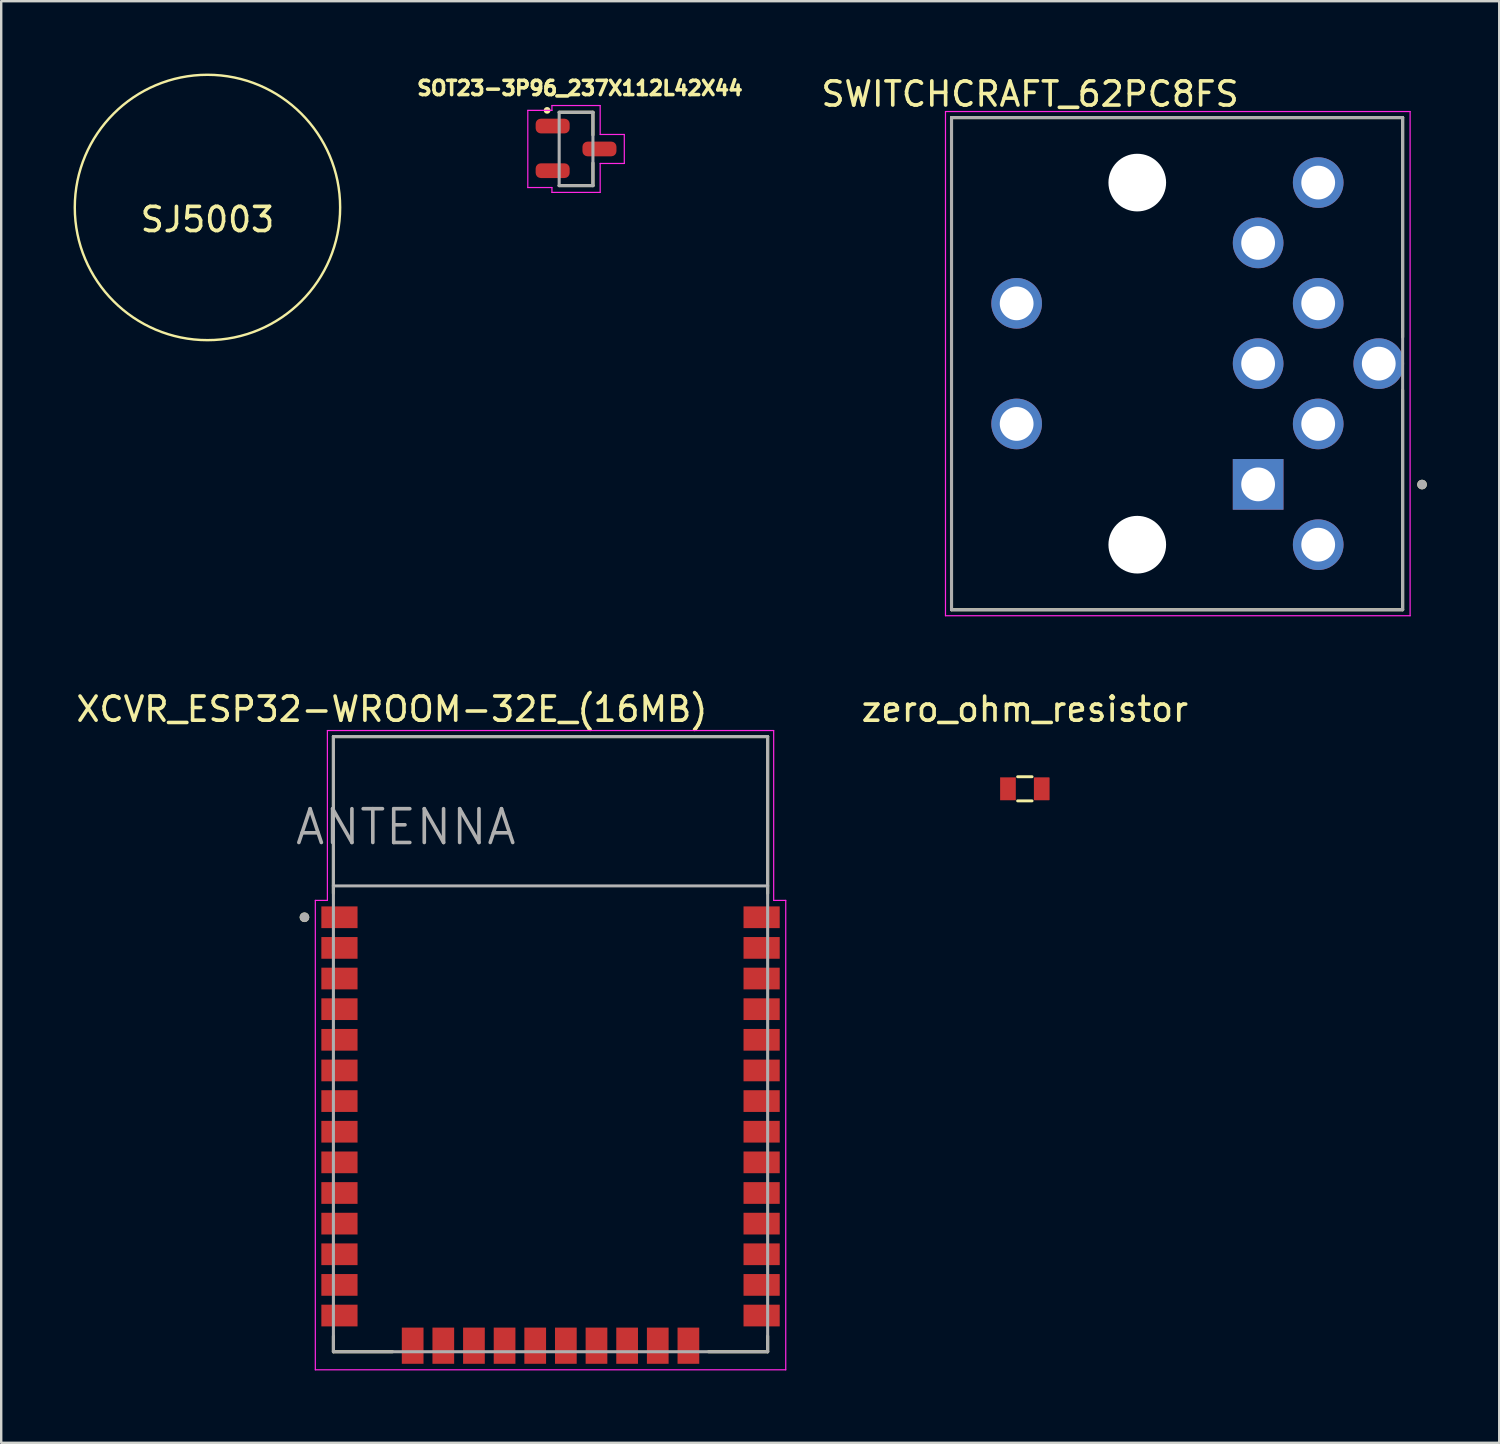
<source format=kicad_pcb>
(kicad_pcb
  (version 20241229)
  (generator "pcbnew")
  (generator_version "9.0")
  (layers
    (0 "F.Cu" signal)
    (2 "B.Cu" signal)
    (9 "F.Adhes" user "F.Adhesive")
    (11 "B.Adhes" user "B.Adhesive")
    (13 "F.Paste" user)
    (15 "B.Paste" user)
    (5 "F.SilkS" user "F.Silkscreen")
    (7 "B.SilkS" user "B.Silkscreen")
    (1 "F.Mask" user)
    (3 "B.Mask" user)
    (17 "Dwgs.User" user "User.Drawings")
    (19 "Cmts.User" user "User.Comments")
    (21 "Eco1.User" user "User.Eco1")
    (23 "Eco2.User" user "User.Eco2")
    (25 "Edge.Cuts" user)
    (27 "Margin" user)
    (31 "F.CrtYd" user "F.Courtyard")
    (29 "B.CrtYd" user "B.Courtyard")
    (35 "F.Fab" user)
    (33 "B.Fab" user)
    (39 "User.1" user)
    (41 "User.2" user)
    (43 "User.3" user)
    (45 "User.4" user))
  (footprint "SJ5003"
    (layer "F.Cu")
    (at 5.55 5.55)
    (property "Reference" "SJ5003" (at 0 0.5 0) (layer "F.SilkS") (effects (font (size 1 1) (thickness 0.15))))
    (attr through_hole)
    (fp_circle (center 0 0) (end 5.5 0) (stroke (width 0.1) (type solid)) (fill no) (layer "F.SilkS")))
  (footprint "SOT23-3P96_237X112L42X44"
    (layer "F.Cu")
    (at 20.829 3.125)
    (property "Reference" "SOT23-3P96_237X112L42X44" (at 0.161 -2.52 0) (layer "F.SilkS") (effects (font (size 0.591 0.591) (thickness 0.15))))
    (attr through_hole)
    (fp_line (start -0.7 -1.52) (end 0.7 -1.52) (stroke (width 0.127) (type solid)) (layer "F.SilkS"))
    (fp_line (start 0.7 -1.52) (end 0.7 -0.58) (stroke (width 0.127) (type solid)) (layer "F.SilkS"))
    (fp_line (start 0.7 0.58) (end 0.7 1.52) (stroke (width 0.127) (type solid)) (layer "F.SilkS"))
    (fp_line (start 0.7 1.52) (end -0.7 1.52) (stroke (width 0.127) (type solid)) (layer "F.SilkS"))
    (fp_circle (center -1.2 -1.6) (end -1.13 -1.6) (stroke (width 0.14) (type solid)) (fill no) (layer "F.SilkS"))
    (fp_line (start -2 -1.6) (end -2 1.6) (stroke (width 0.05) (type solid)) (layer "F.CrtYd"))
    (fp_line (start -2 1.6) (end -1 1.6) (stroke (width 0.05) (type solid)) (layer "F.CrtYd"))
    (fp_line (start -1 -1.8) (end -1 -1.6) (stroke (width 0.05) (type solid)) (layer "F.CrtYd"))
    (fp_line (start -1 -1.6) (end -2 -1.6) (stroke (width 0.05) (type solid)) (layer "F.CrtYd"))
    (fp_line (start -1 1.6) (end -1 1.8) (stroke (width 0.05) (type solid)) (layer "F.CrtYd"))
    (fp_line (start -1 1.8) (end 1 1.8) (stroke (width 0.05) (type solid)) (layer "F.CrtYd"))
    (fp_line (start 1 -1.8) (end -1 -1.8) (stroke (width 0.05) (type solid)) (layer "F.CrtYd"))
    (fp_line (start 1 -0.6) (end 1 -1.8) (stroke (width 0.05) (type solid)) (layer "F.CrtYd"))
    (fp_line (start 1 0.6) (end 2 0.6) (stroke (width 0.05) (type solid)) (layer "F.CrtYd"))
    (fp_line (start 1 1.8) (end 1 0.6) (stroke (width 0.05) (type solid)) (layer "F.CrtYd"))
    (fp_line (start 2 -0.6) (end 1 -0.6) (stroke (width 0.05) (type solid)) (layer "F.CrtYd"))
    (fp_line (start 2 0.6) (end 2 -0.6) (stroke (width 0.05) (type solid)) (layer "F.CrtYd"))
    (fp_line (start -0.7 -1.52) (end 0.7 -1.52) (stroke (width 0.127) (type solid)) (layer "F.Fab"))
    (fp_line (start -0.7 1.52) (end -0.7 -1.52) (stroke (width 0.127) (type solid)) (layer "F.Fab"))
    (fp_line (start 0.7 -1.52) (end 0.7 1.52) (stroke (width 0.127) (type solid)) (layer "F.Fab"))
    (fp_line (start 0.7 1.52) (end -0.7 1.52) (stroke (width 0.127) (type solid)) (layer "F.Fab"))
    (pad "1" smd roundrect (at -0.97 -0.95 270) (size 0.61 1.41) (layers "F.Cu" "F.Mask" "F.Paste") (roundrect_rratio 0.35))
    (pad "2" smd roundrect (at -0.97 0.9 270) (size 0.61 1.41) (layers "F.Cu" "F.Mask" "F.Paste") (roundrect_rratio 0.35))
    (pad "3" smd roundrect (at 0.97 0 270) (size 0.61 1.41) (layers "F.Cu" "F.Mask" "F.Paste") (roundrect_rratio 0.35)))
  (footprint "SWITCHCRAFT_62PC8FS"
    (layer "F.Cu")
    (at 44.093 12.024)
    (property "Reference" "SWITCHCRAFT_62PC8FS" (at -4.445 -11.176 0) (layer "F.SilkS") (effects (font (size 1 1) (thickness 0.15))))
    (attr through_hole)
    (fp_circle (center 0 -7.505) (end 0.725 -7.505) (stroke (width 1.449) (type solid)) (fill no) (layer "F.Mask"))
    (fp_circle (center 0 7.505) (end 0.725 7.505) (stroke (width 1.449) (type solid)) (fill no) (layer "F.Mask"))
    (fp_circle (center 0 -7.505) (end 0.725 -7.505) (stroke (width 1.449) (type solid)) (fill no) (layer "B.Mask"))
    (fp_circle (center 0 7.505) (end 0.725 7.505) (stroke (width 1.449) (type solid)) (fill no) (layer "B.Mask"))
    (fp_line (start -7.7 -10.2) (end 11 -10.2) (stroke (width 0.127) (type solid)) (layer "F.SilkS"))
    (fp_line (start -7.7 10.2) (end -7.7 -10.2) (stroke (width 0.127) (type solid)) (layer "F.SilkS"))
    (fp_line (start 11 -10.2) (end 11 -1.1) (stroke (width 0.127) (type solid)) (layer "F.SilkS"))
    (fp_line (start 11 1.1) (end 11 10.2) (stroke (width 0.127) (type solid)) (layer "F.SilkS"))
    (fp_line (start 11 10.2) (end -7.7 10.2) (stroke (width 0.127) (type solid)) (layer "F.SilkS"))
    (fp_circle (center 11.804 5.012) (end 11.904 5.012) (stroke (width 0.2) (type solid)) (fill no) (layer "F.SilkS"))
    (fp_line (start -7.95 -10.45) (end 11.31 -10.45) (stroke (width 0.05) (type solid)) (layer "F.CrtYd"))
    (fp_line (start -7.95 10.45) (end -7.95 -10.45) (stroke (width 0.05) (type solid)) (layer "F.CrtYd"))
    (fp_line (start 11.31 -10.45) (end 11.31 10.45) (stroke (width 0.05) (type solid)) (layer "F.CrtYd"))
    (fp_line (start 11.31 10.45) (end -7.95 10.45) (stroke (width 0.05) (type solid)) (layer "F.CrtYd"))
    (fp_line (start -7.7 -10.2) (end 11 -10.2) (stroke (width 0.127) (type solid)) (layer "F.Fab"))
    (fp_line (start -7.7 10.2) (end -7.7 -10.2) (stroke (width 0.127) (type solid)) (layer "F.Fab"))
    (fp_line (start 11 -10.2) (end 11 10.2) (stroke (width 0.127) (type solid)) (layer "F.Fab"))
    (fp_line (start 11 10.2) (end -7.7 10.2) (stroke (width 0.127) (type solid)) (layer "F.Fab"))
    (fp_circle (center 11.804 5.012) (end 11.904 5.012) (stroke (width 0.2) (type solid)) (fill no) (layer "F.Fab"))
    (pad "" np_thru_hole circle (at 0 -7.505) (size 2.39 2.39) (drill 2.39) (layers "*.Cu" "*.Mask"))
    (pad "" np_thru_hole circle (at 0 7.505) (size 2.39 2.39) (drill 2.39) (layers "*.Cu" "*.Mask"))
    (pad "1" thru_hole rect (at 5.01 5.005) (size 2.1 2.1) (drill 1.4) (layers "*.Cu" "*.Mask"))
    (pad "2" thru_hole circle (at 5.01 0) (size 2.1 2.1) (drill 1.4) (layers "*.Cu" "*.Mask"))
    (pad "3" thru_hole circle (at 5.01 -5.005) (size 2.1 2.1) (drill 1.4) (layers "*.Cu" "*.Mask"))
    (pad "4" thru_hole circle (at 7.5 2.5) (size 2.1 2.1) (drill 1.4) (layers "*.Cu" "*.Mask"))
    (pad "5" thru_hole circle (at 7.5 -2.5) (size 2.1 2.1) (drill 1.4) (layers "*.Cu" "*.Mask"))
    (pad "6" thru_hole circle (at 7.5 7.505) (size 2.1 2.1) (drill 1.4) (layers "*.Cu" "*.Mask"))
    (pad "7" thru_hole circle (at 7.5 -7.505) (size 2.1 2.1) (drill 1.4) (layers "*.Cu" "*.Mask"))
    (pad "8" thru_hole circle (at 10.01 0) (size 2.1 2.1) (drill 1.4) (layers "*.Cu" "*.Mask"))
    (pad "G1" thru_hole circle (at -5 -2.5) (size 2.1 2.1) (drill 1.4) (layers "*.Cu" "*.Mask"))
    (pad "G2" thru_hole circle (at -5 2.5) (size 2.1 2.1) (drill 1.4) (layers "*.Cu" "*.Mask")))
  (footprint "zero_ohm_resistor"
    (layer "F.Cu")
    (at 39.433 29.648)
    (property "Reference" "zero_ohm_resistor" (at 0 -3.3 0) (unlocked yes) (layer "F.SilkS") (effects (font (size 1 1) (thickness 0.15))))
    (attr through_hole)
    (fp_line (start -0.3 -0.5) (end 0.3 -0.5) (stroke (width 0.12) (type solid)) (layer "F.SilkS"))
    (fp_line (start -0.3 0.5) (end 0.3 0.5) (stroke (width 0.12) (type solid)) (layer "F.SilkS"))
    (pad "1" smd custom (at -0.7 0) (size 0.65 0.95) (layers "F.Cu" "F.Mask" "F.Paste") (options (anchor rect)) (primitives (gr_poly (pts (xy 1.1 -0.45) (xy 1.1 0.45) (xy 1.7 0.45) (xy 1.7 -0.45)) (width 0.05) (fill yes)))))
  (footprint "XCVR_ESP32-WROOM-32E_(16MB)"
    (layer "F.Cu")
    (at 19.771 40.233)
    (property "Reference" "XCVR_ESP32-WROOM-32E_(16MB)" (at -6.575 -13.885 0) (layer "F.SilkS") (effects (font (size 1 1) (thickness 0.15))))
    (attr through_hole)
    (fp_line (start -9 -12.75) (end 9 -12.75) (stroke (width 0.127) (type solid)) (layer "F.SilkS"))
    (fp_line (start -9 -6.25) (end -9 -12.75) (stroke (width 0.127) (type solid)) (layer "F.SilkS"))
    (fp_line (start -9 12.1) (end -9 12.75) (stroke (width 0.127) (type solid)) (layer "F.SilkS"))
    (fp_line (start -9 12.75) (end -6.55 12.75) (stroke (width 0.127) (type solid)) (layer "F.SilkS"))
    (fp_line (start 6.55 12.75) (end 9 12.75) (stroke (width 0.127) (type solid)) (layer "F.SilkS"))
    (fp_line (start 9 -12.75) (end 9 -6.25) (stroke (width 0.127) (type solid)) (layer "F.SilkS"))
    (fp_line (start 9 12.75) (end 9 12.1) (stroke (width 0.127) (type solid)) (layer "F.SilkS"))
    (fp_circle (center -10.2 -5.26) (end -10.1 -5.26) (stroke (width 0.2) (type solid)) (fill no) (layer "F.SilkS"))
    (fp_poly (pts (xy -9 -12.75) (xy 9 -12.75) (xy 9 -6.56) (xy -9 -6.56)) (stroke (width 0.01) (type solid)) (fill no) (layer "Dwgs.User"))
    (fp_poly (pts (xy -9 -12.75) (xy 9 -12.75) (xy 9 -6.56) (xy -9 -6.56)) (stroke (width 0.01) (type solid)) (fill no) (layer "Dwgs.User"))
    (fp_line (start -9.75 -5.96) (end -9.25 -5.96) (stroke (width 0.05) (type solid)) (layer "F.CrtYd"))
    (fp_line (start -9.75 13.5) (end -9.75 -5.96) (stroke (width 0.05) (type solid)) (layer "F.CrtYd"))
    (fp_line (start -9.25 -13) (end 9.25 -13) (stroke (width 0.05) (type solid)) (layer "F.CrtYd"))
    (fp_line (start -9.25 -5.96) (end -9.25 -13) (stroke (width 0.05) (type solid)) (layer "F.CrtYd"))
    (fp_line (start 9.25 -13) (end 9.25 -5.96) (stroke (width 0.05) (type solid)) (layer "F.CrtYd"))
    (fp_line (start 9.25 -5.96) (end 9.75 -5.96) (stroke (width 0.05) (type solid)) (layer "F.CrtYd"))
    (fp_line (start 9.75 -5.96) (end 9.75 13.5) (stroke (width 0.05) (type solid)) (layer "F.CrtYd"))
    (fp_line (start 9.75 13.5) (end -9.75 13.5) (stroke (width 0.05) (type solid)) (layer "F.CrtYd"))
    (fp_line (start -9 -12.75) (end -9 -6.56) (stroke (width 0.127) (type solid)) (layer "F.Fab"))
    (fp_line (start -9 -12.75) (end 9 -12.75) (stroke (width 0.127) (type solid)) (layer "F.Fab"))
    (fp_line (start -9 -6.56) (end 9 -6.56) (stroke (width 0.127) (type solid)) (layer "F.Fab"))
    (fp_line (start -9 12.75) (end -9 -6.56) (stroke (width 0.127) (type solid)) (layer "F.Fab"))
    (fp_line (start 9 -12.75) (end 9 -6.56) (stroke (width 0.127) (type solid)) (layer "F.Fab"))
    (fp_line (start 9 -6.56) (end 9 12.75) (stroke (width 0.127) (type solid)) (layer "F.Fab"))
    (fp_line (start 9 12.75) (end -9 12.75) (stroke (width 0.127) (type solid)) (layer "F.Fab"))
    (fp_circle (center -10.2 -5.26) (end -10.1 -5.26) (stroke (width 0.2) (type solid)) (fill no) (layer "F.Fab"))
    (fp_text user "ANTENNA" (at -6 -9 0) (layer "F.Fab") (effects (font (size 1.4 1.4) (thickness 0.15))))
    (pad "1" smd rect (at -8.75 -5.26) (size 1.5 0.9) (layers "F.Cu" "F.Mask" "F.Paste"))
    (pad "2" smd rect (at -8.75 -3.99) (size 1.5 0.9) (layers "F.Cu" "F.Mask" "F.Paste"))
    (pad "3" smd rect (at -8.75 -2.72) (size 1.5 0.9) (layers "F.Cu" "F.Mask" "F.Paste"))
    (pad "4" smd rect (at -8.75 -1.45) (size 1.5 0.9) (layers "F.Cu" "F.Mask" "F.Paste"))
    (pad "5" smd rect (at -8.75 -0.18) (size 1.5 0.9) (layers "F.Cu" "F.Mask" "F.Paste"))
    (pad "6" smd rect (at -8.75 1.09) (size 1.5 0.9) (layers "F.Cu" "F.Mask" "F.Paste"))
    (pad "7" smd rect (at -8.75 2.36) (size 1.5 0.9) (layers "F.Cu" "F.Mask" "F.Paste"))
    (pad "8" smd rect (at -8.75 3.63) (size 1.5 0.9) (layers "F.Cu" "F.Mask" "F.Paste"))
    (pad "9" smd rect (at -8.75 4.9) (size 1.5 0.9) (layers "F.Cu" "F.Mask" "F.Paste"))
    (pad "10" smd rect (at -8.75 6.17) (size 1.5 0.9) (layers "F.Cu" "F.Mask" "F.Paste"))
    (pad "11" smd rect (at -8.75 7.44) (size 1.5 0.9) (layers "F.Cu" "F.Mask" "F.Paste"))
    (pad "12" smd rect (at -8.75 8.71) (size 1.5 0.9) (layers "F.Cu" "F.Mask" "F.Paste"))
    (pad "13" smd rect (at -8.75 9.98) (size 1.5 0.9) (layers "F.Cu" "F.Mask" "F.Paste"))
    (pad "14" smd rect (at -8.75 11.25) (size 1.5 0.9) (layers "F.Cu" "F.Mask" "F.Paste"))
    (pad "15" smd rect (at -5.715 12.5) (size 0.9 1.5) (layers "F.Cu" "F.Mask" "F.Paste"))
    (pad "16" smd rect (at -4.445 12.5) (size 0.9 1.5) (layers "F.Cu" "F.Mask" "F.Paste"))
    (pad "17" smd rect (at -3.175 12.5) (size 0.9 1.5) (layers "F.Cu" "F.Mask" "F.Paste"))
    (pad "18" smd rect (at -1.905 12.5) (size 0.9 1.5) (layers "F.Cu" "F.Mask" "F.Paste"))
    (pad "19" smd rect (at -0.635 12.5) (size 0.9 1.5) (layers "F.Cu" "F.Mask" "F.Paste"))
    (pad "20" smd rect (at 0.635 12.5) (size 0.9 1.5) (layers "F.Cu" "F.Mask" "F.Paste"))
    (pad "21" smd rect (at 1.905 12.5) (size 0.9 1.5) (layers "F.Cu" "F.Mask" "F.Paste"))
    (pad "22" smd rect (at 3.175 12.5) (size 0.9 1.5) (layers "F.Cu" "F.Mask" "F.Paste"))
    (pad "23" smd rect (at 4.445 12.5) (size 0.9 1.5) (layers "F.Cu" "F.Mask" "F.Paste"))
    (pad "24" smd rect (at 5.715 12.5) (size 0.9 1.5) (layers "F.Cu" "F.Mask" "F.Paste"))
    (pad "25" smd rect (at 8.75 11.25) (size 1.5 0.9) (layers "F.Cu" "F.Mask" "F.Paste"))
    (pad "26" smd rect (at 8.75 9.98) (size 1.5 0.9) (layers "F.Cu" "F.Mask" "F.Paste"))
    (pad "27" smd rect (at 8.75 8.71) (size 1.5 0.9) (layers "F.Cu" "F.Mask" "F.Paste"))
    (pad "28" smd rect (at 8.75 7.44) (size 1.5 0.9) (layers "F.Cu" "F.Mask" "F.Paste"))
    (pad "29" smd rect (at 8.75 6.17) (size 1.5 0.9) (layers "F.Cu" "F.Mask" "F.Paste"))
    (pad "30" smd rect (at 8.75 4.9) (size 1.5 0.9) (layers "F.Cu" "F.Mask" "F.Paste"))
    (pad "31" smd rect (at 8.75 3.63) (size 1.5 0.9) (layers "F.Cu" "F.Mask" "F.Paste"))
    (pad "32" smd rect (at 8.75 2.36) (size 1.5 0.9) (layers "F.Cu" "F.Mask" "F.Paste"))
    (pad "33" smd rect (at 8.75 1.09) (size 1.5 0.9) (layers "F.Cu" "F.Mask" "F.Paste"))
    (pad "34" smd rect (at 8.75 -0.18) (size 1.5 0.9) (layers "F.Cu" "F.Mask" "F.Paste"))
    (pad "35" smd rect (at 8.75 -1.45) (size 1.5 0.9) (layers "F.Cu" "F.Mask" "F.Paste"))
    (pad "36" smd rect (at 8.75 -2.72) (size 1.5 0.9) (layers "F.Cu" "F.Mask" "F.Paste"))
    (pad "37" smd rect (at 8.75 -3.99) (size 1.5 0.9) (layers "F.Cu" "F.Mask" "F.Paste"))
    (pad "38" smd rect (at 8.75 -5.26) (size 1.5 0.9) (layers "F.Cu" "F.Mask" "F.Paste")))
  (gr_rect
    (start -3 -3)
    (end 59.097 56.758)
    (stroke (width 0.1) (type default))
    (fill no)
    (layer "Edge.Cuts")))
</source>
